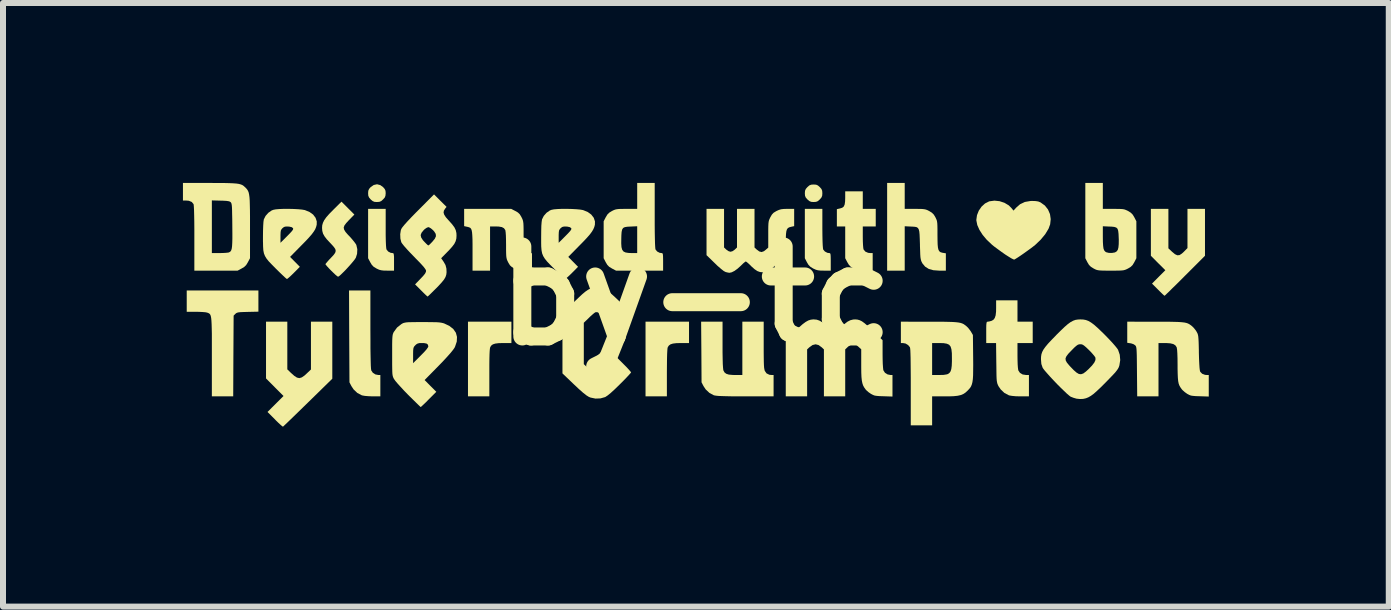
<source format=kicad_pcb>
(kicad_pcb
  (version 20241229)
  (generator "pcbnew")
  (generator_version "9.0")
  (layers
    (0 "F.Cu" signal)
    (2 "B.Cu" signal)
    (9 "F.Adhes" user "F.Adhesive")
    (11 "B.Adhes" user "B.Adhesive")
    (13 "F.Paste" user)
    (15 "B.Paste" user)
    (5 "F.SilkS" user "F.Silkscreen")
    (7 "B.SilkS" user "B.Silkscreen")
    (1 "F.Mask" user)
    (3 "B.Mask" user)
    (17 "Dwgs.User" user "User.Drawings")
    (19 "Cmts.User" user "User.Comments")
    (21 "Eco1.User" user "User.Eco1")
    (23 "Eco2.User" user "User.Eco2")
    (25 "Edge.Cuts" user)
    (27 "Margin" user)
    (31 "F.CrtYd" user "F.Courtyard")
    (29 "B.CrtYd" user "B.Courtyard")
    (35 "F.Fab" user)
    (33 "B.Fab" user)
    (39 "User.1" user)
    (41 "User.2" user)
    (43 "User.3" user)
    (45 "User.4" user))
  (footprint "by-tc"
    (layer "F.Cu")
    (at 8.551 1.881)
    (property "Reference" "by-tc" (at 0 0 0) (layer "F.SilkS") (effects (font (size 1.5 1.5) (thickness 0.3))))
    (attr board_only exclude_from_pos_files exclude_from_bom)
    (fp_poly (pts (xy -5.261 -1.845) (xy -5.215 -1.812) (xy -5.187 -1.78) (xy -5.174 -1.75) (xy -5.171 -1.709) (xy -5.175 -1.668) (xy -5.187 -1.637) (xy -5.215 -1.606) (xy -5.247 -1.578) (xy -5.277 -1.566) (xy -5.318 -1.563) (xy -5.359 -1.566) (xy -5.389 -1.579) (xy -5.421 -1.606) (xy -5.448 -1.638) (xy -5.461 -1.668) (xy -5.464 -1.709) (xy -5.461 -1.75) (xy -5.448 -1.781) (xy -5.421 -1.812) (xy -5.37 -1.847) (xy -5.315 -1.859)) (stroke (width 0) (type solid)) (fill yes) (layer "F.SilkS"))
    (fp_poly (pts (xy -3.075 0.61) (xy -3.075 0.788) (xy -3.209 0.788) (xy -3.287 0.79) (xy -3.344 0.797) (xy -3.384 0.81) (xy -3.411 0.83) (xy -3.428 0.857) (xy -3.433 0.878) (xy -3.437 0.917) (xy -3.44 0.975) (xy -3.442 1.055) (xy -3.443 1.157) (xy -3.443 1.283) (xy -3.443 1.284) (xy -3.443 1.677) (xy -3.621 1.677) (xy -3.799 1.677) (xy -3.799 1.055) (xy -3.799 0.432) (xy -3.437 0.432) (xy -3.075 0.432)) (stroke (width 0) (type solid)) (fill yes) (layer "F.SilkS"))
    (fp_poly (pts (xy -0.114 0.61) (xy -0.114 0.788) (xy -0.248 0.788) (xy -0.326 0.79) (xy -0.383 0.797) (xy -0.423 0.81) (xy -0.45 0.83) (xy -0.468 0.857) (xy -0.473 0.878) (xy -0.476 0.917) (xy -0.479 0.975) (xy -0.481 1.055) (xy -0.482 1.157) (xy -0.483 1.283) (xy -0.483 1.284) (xy -0.483 1.677) (xy -0.661 1.677) (xy -0.839 1.677) (xy -0.839 1.055) (xy -0.839 0.432) (xy -0.476 0.432) (xy -0.114 0.432)) (stroke (width 0) (type solid)) (fill yes) (layer "F.SilkS"))
    (fp_poly (pts (xy 2.005 -1.852) (xy 2.035 -1.839) (xy 2.066 -1.812) (xy 2.094 -1.78) (xy 2.106 -1.75) (xy 2.109 -1.709) (xy 2.106 -1.668) (xy 2.093 -1.637) (xy 2.066 -1.606) (xy 2.034 -1.578) (xy 2.004 -1.566) (xy 1.963 -1.563) (xy 1.922 -1.566) (xy 1.892 -1.579) (xy 1.86 -1.606) (xy 1.832 -1.638) (xy 1.82 -1.668) (xy 1.817 -1.709) (xy 1.82 -1.75) (xy 1.833 -1.781) (xy 1.86 -1.812) (xy 1.892 -1.84) (xy 1.923 -1.852) (xy 1.963 -1.855)) (stroke (width 0) (type solid)) (fill yes) (layer "F.SilkS"))
    (fp_poly (pts (xy -5.426 0.557) (xy -5.425 0.727) (xy -5.425 0.872) (xy -5.423 0.993) (xy -5.421 1.09) (xy -5.419 1.163) (xy -5.416 1.213) (xy -5.412 1.241) (xy -5.412 1.244) (xy -5.385 1.284) (xy -5.343 1.311) (xy -5.293 1.321) (xy -5.26 1.321) (xy -5.26 1.499) (xy -5.26 1.677) (xy -5.391 1.677) (xy -5.46 1.674) (xy -5.52 1.669) (xy -5.563 1.661) (xy -5.57 1.659) (xy -5.644 1.62) (xy -5.706 1.561) (xy -5.743 1.505) (xy -5.775 1.443) (xy -5.779 0.677) (xy -5.782 -0.089) (xy -5.604 -0.089) (xy -5.426 -0.089)) (stroke (width 0) (type solid)) (fill yes) (layer "F.SilkS"))
    (fp_poly (pts (xy -5.171 -1.125) (xy -5.171 -1.009) (xy -5.169 -0.914) (xy -5.166 -0.842) (xy -5.162 -0.794) (xy -5.157 -0.771) (xy -5.13 -0.738) (xy -5.088 -0.716) (xy -5.057 -0.712) (xy -5.046 -0.71) (xy -5.039 -0.702) (xy -5.035 -0.684) (xy -5.032 -0.65) (xy -5.032 -0.598) (xy -5.032 -0.565) (xy -5.032 -0.419) (xy -5.145 -0.419) (xy -5.203 -0.42) (xy -5.245 -0.425) (xy -5.28 -0.434) (xy -5.315 -0.45) (xy -5.325 -0.455) (xy -5.371 -0.483) (xy -5.402 -0.515) (xy -5.428 -0.558) (xy -5.464 -0.626) (xy -5.464 -1.037) (xy -5.464 -1.449) (xy -5.318 -1.449) (xy -5.171 -1.449)) (stroke (width 0) (type solid)) (fill yes) (layer "F.SilkS"))
    (fp_poly (pts (xy 2.109 -1.125) (xy 2.11 -1.009) (xy 2.112 -0.914) (xy 2.115 -0.842) (xy 2.119 -0.794) (xy 2.123 -0.771) (xy 2.151 -0.738) (xy 2.193 -0.716) (xy 2.224 -0.712) (xy 2.235 -0.71) (xy 2.242 -0.702) (xy 2.246 -0.684) (xy 2.248 -0.65) (xy 2.249 -0.598) (xy 2.249 -0.565) (xy 2.249 -0.419) (xy 2.136 -0.419) (xy 2.078 -0.42) (xy 2.035 -0.425) (xy 2.001 -0.434) (xy 1.966 -0.45) (xy 1.955 -0.455) (xy 1.91 -0.483) (xy 1.878 -0.515) (xy 1.852 -0.558) (xy 1.817 -0.626) (xy 1.817 -1.037) (xy 1.817 -1.449) (xy 1.963 -1.449) (xy 2.109 -1.449)) (stroke (width 0) (type solid)) (fill yes) (layer "F.SilkS"))
    (fp_poly (pts (xy 7.878 -1.12) (xy 7.878 -0.791) (xy 7.941 -0.732) (xy 7.988 -0.693) (xy 8.027 -0.675) (xy 8.063 -0.678) (xy 8.102 -0.703) (xy 8.136 -0.734) (xy 8.196 -0.795) (xy 8.196 -1.122) (xy 8.196 -1.449) (xy 8.342 -1.449) (xy 8.488 -1.449) (xy 8.488 -1.058) (xy 8.488 -0.667) (xy 8.154 -0.333) (xy 8.079 -0.258) (xy 8.009 -0.188) (xy 7.946 -0.127) (xy 7.894 -0.075) (xy 7.853 -0.036) (xy 7.826 -0.01) (xy 7.814 -0.000046) (xy 7.814 0) (xy 7.803 -0.008) (xy 7.778 -0.031) (xy 7.743 -0.065) (xy 7.706 -0.102) (xy 7.605 -0.203) (xy 7.716 -0.315) (xy 7.827 -0.426) (xy 7.706 -0.546) (xy 7.586 -0.667) (xy 7.586 -1.058) (xy 7.586 -1.449) (xy 7.732 -1.449) (xy 7.878 -1.449)) (stroke (width 0) (type solid)) (fill yes) (layer "F.SilkS"))
    (fp_poly (pts (xy -7.293 0.088) (xy -7.293 0.265) (xy -7.471 0.269) (xy -7.542 0.271) (xy -7.592 0.273) (xy -7.627 0.277) (xy -7.649 0.283) (xy -7.665 0.291) (xy -7.677 0.302) (xy -7.706 0.331) (xy -7.71 1.004) (xy -7.713 1.677) (xy -7.891 1.677) (xy -8.069 1.677) (xy -8.069 1.022) (xy -8.069 0.87) (xy -8.069 0.74) (xy -8.069 0.633) (xy -8.071 0.544) (xy -8.073 0.473) (xy -8.076 0.417) (xy -8.08 0.374) (xy -8.086 0.342) (xy -8.093 0.32) (xy -8.103 0.305) (xy -8.114 0.295) (xy -8.128 0.288) (xy -8.144 0.282) (xy -8.146 0.281) (xy -8.175 0.275) (xy -8.222 0.271) (xy -8.281 0.268) (xy -8.337 0.267) (xy -8.488 0.267) (xy -8.488 0.089) (xy -8.488 -0.089) (xy -7.891 -0.089) (xy -7.293 -0.089)) (stroke (width 0) (type solid)) (fill yes) (layer "F.SilkS"))
    (fp_poly (pts (xy -6.811 0.83) (xy -6.811 1.227) (xy -6.75 1.286) (xy -6.695 1.335) (xy -6.65 1.364) (xy -6.61 1.373) (xy -6.57 1.361) (xy -6.526 1.331) (xy -6.492 1.3) (xy -6.417 1.229) (xy -6.417 0.83) (xy -6.417 0.432) (xy -6.239 0.432) (xy -6.061 0.432) (xy -6.061 0.907) (xy -6.061 1.383) (xy -6.468 1.781) (xy -6.552 1.863) (xy -6.631 1.94) (xy -6.703 2.01) (xy -6.765 2.07) (xy -6.816 2.119) (xy -6.854 2.155) (xy -6.877 2.177) (xy -6.884 2.182) (xy -6.896 2.175) (xy -6.922 2.153) (xy -6.959 2.119) (xy -7.003 2.076) (xy -7.017 2.061) (xy -7.141 1.937) (xy -7.008 1.804) (xy -6.874 1.671) (xy -7.02 1.525) (xy -7.166 1.378) (xy -7.166 0.905) (xy -7.166 0.432) (xy -6.988 0.432) (xy -6.811 0.432)) (stroke (width 0) (type solid)) (fill yes) (layer "F.SilkS"))
    (fp_poly (pts (xy 2.783 -1.595) (xy 2.783 -1.449) (xy 2.891 -1.449) (xy 2.999 -1.449) (xy 2.999 -1.302) (xy 2.999 -1.156) (xy 2.891 -1.156) (xy 2.783 -1.156) (xy 2.783 -0.979) (xy 2.784 -0.906) (xy 2.787 -0.844) (xy 2.791 -0.798) (xy 2.796 -0.771) (xy 2.797 -0.771) (xy 2.826 -0.736) (xy 2.872 -0.716) (xy 2.91 -0.712) (xy 2.948 -0.712) (xy 2.948 -0.565) (xy 2.948 -0.419) (xy 2.822 -0.419) (xy 2.761 -0.42) (xy 2.718 -0.423) (xy 2.685 -0.43) (xy 2.653 -0.442) (xy 2.629 -0.455) (xy 2.583 -0.483) (xy 2.552 -0.515) (xy 2.526 -0.558) (xy 2.49 -0.626) (xy 2.49 -0.891) (xy 2.49 -1.156) (xy 2.421 -1.156) (xy 2.351 -1.156) (xy 2.351 -1.3) (xy 2.351 -1.444) (xy 2.404 -1.456) (xy 2.441 -1.468) (xy 2.466 -1.488) (xy 2.481 -1.522) (xy 2.488 -1.572) (xy 2.49 -1.636) (xy 2.49 -1.741) (xy 2.637 -1.741) (xy 2.783 -1.741)) (stroke (width 0) (type solid)) (fill yes) (layer "F.SilkS"))
    (fp_poly (pts (xy 0.445 0.818) (xy 0.445 0.946) (xy 0.447 1.052) (xy 0.449 1.137) (xy 0.453 1.198) (xy 0.457 1.235) (xy 0.459 1.244) (xy 0.477 1.277) (xy 0.506 1.3) (xy 0.549 1.314) (xy 0.612 1.32) (xy 0.66 1.321) (xy 0.775 1.321) (xy 0.775 0.877) (xy 0.775 0.432) (xy 0.953 0.432) (xy 1.131 0.432) (xy 1.131 0.82) (xy 1.131 0.936) (xy 1.132 1.029) (xy 1.133 1.102) (xy 1.135 1.158) (xy 1.138 1.199) (xy 1.143 1.228) (xy 1.148 1.248) (xy 1.149 1.252) (xy 1.179 1.294) (xy 1.226 1.317) (xy 1.265 1.321) (xy 1.296 1.321) (xy 1.296 1.499) (xy 1.296 1.677) (xy 0.823 1.677) (xy 0.692 1.676) (xy 0.585 1.676) (xy 0.498 1.674) (xy 0.43 1.672) (xy 0.378 1.67) (xy 0.34 1.666) (xy 0.314 1.662) (xy 0.3 1.659) (xy 0.227 1.62) (xy 0.164 1.561) (xy 0.127 1.505) (xy 0.095 1.443) (xy 0.092 0.937) (xy 0.088 0.432) (xy 0.266 0.432) (xy 0.445 0.432)) (stroke (width 0) (type solid)) (fill yes) (layer "F.SilkS"))
    (fp_poly (pts (xy 5.063 -1.577) (xy 5.145 -1.55) (xy 5.217 -1.507) (xy 5.258 -1.466) (xy 5.296 -1.42) (xy 5.338 -1.467) (xy 5.405 -1.526) (xy 5.485 -1.564) (xy 5.578 -1.58) (xy 5.604 -1.581) (xy 5.663 -1.579) (xy 5.708 -1.572) (xy 5.745 -1.557) (xy 5.75 -1.554) (xy 5.819 -1.504) (xy 5.871 -1.438) (xy 5.904 -1.361) (xy 5.916 -1.278) (xy 5.907 -1.192) (xy 5.88 -1.118) (xy 5.825 -1.027) (xy 5.749 -0.935) (xy 5.66 -0.85) (xy 5.625 -0.822) (xy 5.579 -0.787) (xy 5.525 -0.748) (xy 5.468 -0.707) (xy 5.413 -0.669) (xy 5.365 -0.637) (xy 5.328 -0.614) (xy 5.308 -0.603) (xy 5.292 -0.608) (xy 5.26 -0.624) (xy 5.216 -0.651) (xy 5.164 -0.684) (xy 5.155 -0.69) (xy 5.094 -0.733) (xy 5.031 -0.779) (xy 4.974 -0.821) (xy 4.936 -0.852) (xy 4.852 -0.931) (xy 4.782 -1.014) (xy 4.728 -1.098) (xy 4.692 -1.179) (xy 4.677 -1.253) (xy 4.676 -1.265) (xy 4.687 -1.344) (xy 4.717 -1.419) (xy 4.763 -1.486) (xy 4.821 -1.539) (xy 4.888 -1.573) (xy 4.895 -1.575) (xy 4.978 -1.586)) (stroke (width 0) (type solid)) (fill yes) (layer "F.SilkS"))
    (fp_poly (pts (xy -5.801 -1.462) (xy -5.693 -1.354) (xy -5.782 -1.263) (xy -5.829 -1.212) (xy -5.859 -1.172) (xy -5.871 -1.137) (xy -5.864 -1.103) (xy -5.84 -1.063) (xy -5.797 -1.014) (xy -5.774 -0.991) (xy -5.733 -0.945) (xy -5.696 -0.9) (xy -5.67 -0.864) (xy -5.66 -0.846) (xy -5.644 -0.776) (xy -5.648 -0.7) (xy -5.668 -0.636) (xy -5.684 -0.61) (xy -5.713 -0.573) (xy -5.751 -0.528) (xy -5.794 -0.48) (xy -5.839 -0.431) (xy -5.883 -0.387) (xy -5.92 -0.351) (xy -5.949 -0.326) (xy -5.965 -0.318) (xy -5.979 -0.326) (xy -6.007 -0.349) (xy -6.043 -0.383) (xy -6.077 -0.416) (xy -6.117 -0.457) (xy -6.149 -0.492) (xy -6.17 -0.517) (xy -6.175 -0.527) (xy -6.167 -0.54) (xy -6.144 -0.567) (xy -6.112 -0.603) (xy -6.085 -0.631) (xy -6.041 -0.678) (xy -6.014 -0.715) (xy -6.004 -0.747) (xy -6.011 -0.779) (xy -6.037 -0.816) (xy -6.08 -0.864) (xy -6.098 -0.883) (xy -6.154 -0.943) (xy -6.192 -0.993) (xy -6.216 -1.037) (xy -6.228 -1.082) (xy -6.232 -1.131) (xy -6.229 -1.175) (xy -6.217 -1.217) (xy -6.196 -1.26) (xy -6.162 -1.308) (xy -6.113 -1.364) (xy -6.046 -1.432) (xy -6.036 -1.442) (xy -5.908 -1.569)) (stroke (width 0) (type solid)) (fill yes) (layer "F.SilkS"))
    (fp_poly (pts (xy 5.362 0.254) (xy 5.362 0.432) (xy 5.489 0.432) (xy 5.616 0.432) (xy 5.616 0.61) (xy 5.616 0.788) (xy 5.489 0.788) (xy 5.362 0.788) (xy 5.362 0.996) (xy 5.363 1.074) (xy 5.365 1.143) (xy 5.369 1.198) (xy 5.374 1.235) (xy 5.376 1.244) (xy 5.403 1.285) (xy 5.448 1.312) (xy 5.506 1.321) (xy 5.508 1.321) (xy 5.553 1.321) (xy 5.553 1.499) (xy 5.553 1.677) (xy 5.41 1.677) (xy 5.333 1.675) (xy 5.269 1.669) (xy 5.224 1.661) (xy 5.218 1.659) (xy 5.144 1.62) (xy 5.082 1.561) (xy 5.044 1.505) (xy 5.035 1.485) (xy 5.027 1.466) (xy 5.022 1.445) (xy 5.017 1.418) (xy 5.014 1.381) (xy 5.012 1.331) (xy 5.011 1.264) (xy 5.01 1.178) (xy 5.009 1.115) (xy 5.005 0.788) (xy 4.923 0.788) (xy 4.841 0.788) (xy 4.841 0.61) (xy 4.841 0.539) (xy 4.842 0.49) (xy 4.845 0.459) (xy 4.849 0.441) (xy 4.855 0.434) (xy 4.865 0.432) (xy 4.893 0.428) (xy 4.928 0.418) (xy 4.93 0.418) (xy 4.961 0.4) (xy 4.983 0.371) (xy 4.998 0.326) (xy 5.005 0.263) (xy 5.006 0.197) (xy 5.006 0.076) (xy 5.184 0.076) (xy 5.362 0.076)) (stroke (width 0) (type solid)) (fill yes) (layer "F.SilkS"))
    (fp_poly (pts (xy 3.482 -1.665) (xy 3.482 -1.449) (xy 3.652 -1.449) (xy 3.721 -1.448) (xy 3.772 -1.447) (xy 3.808 -1.443) (xy 3.836 -1.437) (xy 3.862 -1.427) (xy 3.889 -1.413) (xy 3.935 -1.385) (xy 3.967 -1.353) (xy 3.993 -1.31) (xy 4.005 -1.285) (xy 4.015 -1.262) (xy 4.021 -1.238) (xy 4.025 -1.207) (xy 4.027 -1.165) (xy 4.028 -1.107) (xy 4.028 -1.028) (xy 4.028 -1.021) (xy 4.029 -0.927) (xy 4.031 -0.855) (xy 4.036 -0.803) (xy 4.045 -0.766) (xy 4.059 -0.742) (xy 4.078 -0.727) (xy 4.104 -0.719) (xy 4.117 -0.716) (xy 4.168 -0.708) (xy 4.168 -0.564) (xy 4.168 -0.419) (xy 4.056 -0.419) (xy 3.959 -0.426) (xy 3.882 -0.448) (xy 3.822 -0.486) (xy 3.777 -0.54) (xy 3.774 -0.546) (xy 3.763 -0.567) (xy 3.755 -0.588) (xy 3.749 -0.613) (xy 3.744 -0.645) (xy 3.741 -0.69) (xy 3.739 -0.751) (xy 3.736 -0.832) (xy 3.736 -0.854) (xy 3.733 -0.948) (xy 3.73 -1.019) (xy 3.725 -1.071) (xy 3.716 -1.107) (xy 3.702 -1.13) (xy 3.681 -1.144) (xy 3.651 -1.15) (xy 3.611 -1.153) (xy 3.583 -1.154) (xy 3.482 -1.159) (xy 3.482 -0.789) (xy 3.482 -0.419) (xy 3.335 -0.419) (xy 3.189 -0.419) (xy 3.189 -1.15) (xy 3.189 -1.881) (xy 3.335 -1.881) (xy 3.482 -1.881)) (stroke (width 0) (type solid)) (fill yes) (layer "F.SilkS"))
    (fp_poly (pts (xy -0.686 -1.341) (xy -0.686 -1.188) (xy -0.685 -1.059) (xy -0.683 -0.955) (xy -0.681 -0.874) (xy -0.678 -0.816) (xy -0.675 -0.782) (xy -0.672 -0.771) (xy -0.645 -0.738) (xy -0.603 -0.716) (xy -0.571 -0.712) (xy -0.561 -0.71) (xy -0.553 -0.702) (xy -0.549 -0.684) (xy -0.547 -0.65) (xy -0.546 -0.598) (xy -0.546 -0.565) (xy -0.546 -0.419) (xy -0.939 -0.419) (xy -1.331 -0.419) (xy -1.399 -0.455) (xy -1.445 -0.483) (xy -1.476 -0.515) (xy -1.502 -0.558) (xy -1.537 -0.626) (xy -1.537 -0.873) (xy -1.244 -0.873) (xy -1.24 -0.811) (xy -1.228 -0.767) (xy -1.206 -0.738) (xy -1.172 -0.722) (xy -1.123 -0.714) (xy -1.071 -0.712) (xy -0.978 -0.712) (xy -0.978 -0.935) (xy -0.978 -1.159) (xy -1.086 -1.154) (xy -1.144 -1.151) (xy -1.185 -1.144) (xy -1.213 -1.13) (xy -1.229 -1.104) (xy -1.238 -1.063) (xy -1.242 -1.002) (xy -1.243 -0.958) (xy -1.244 -0.873) (xy -1.537 -0.873) (xy -1.537 -0.934) (xy -1.537 -1.242) (xy -1.502 -1.31) (xy -1.474 -1.356) (xy -1.442 -1.387) (xy -1.399 -1.413) (xy -1.371 -1.427) (xy -1.345 -1.437) (xy -1.317 -1.443) (xy -1.281 -1.447) (xy -1.231 -1.448) (xy -1.162 -1.449) (xy -1.155 -1.449) (xy -0.978 -1.449) (xy -0.978 -1.665) (xy -0.978 -1.881) (xy -0.832 -1.881) (xy -0.686 -1.881)) (stroke (width 0) (type solid)) (fill yes) (layer "F.SilkS"))
    (fp_poly (pts (xy -3.011 -1.414) (xy -2.966 -1.388) (xy -2.936 -1.359) (xy -2.911 -1.318) (xy -2.907 -1.31) (xy -2.894 -1.284) (xy -2.885 -1.261) (xy -2.879 -1.235) (xy -2.875 -1.204) (xy -2.873 -1.161) (xy -2.872 -1.102) (xy -2.872 -1.022) (xy -2.872 -1.02) (xy -2.871 -0.926) (xy -2.869 -0.855) (xy -2.863 -0.802) (xy -2.854 -0.766) (xy -2.84 -0.742) (xy -2.821 -0.727) (xy -2.795 -0.719) (xy -2.782 -0.716) (xy -2.732 -0.708) (xy -2.732 -0.564) (xy -2.732 -0.419) (xy -2.844 -0.419) (xy -2.903 -0.42) (xy -2.946 -0.425) (xy -2.981 -0.435) (xy -3.019 -0.451) (xy -3.025 -0.454) (xy -3.069 -0.48) (xy -3.099 -0.508) (xy -3.125 -0.55) (xy -3.129 -0.558) (xy -3.142 -0.584) (xy -3.151 -0.607) (xy -3.157 -0.633) (xy -3.161 -0.664) (xy -3.163 -0.708) (xy -3.164 -0.767) (xy -3.164 -0.847) (xy -3.165 -0.933) (xy -3.167 -1.005) (xy -3.171 -1.059) (xy -3.176 -1.092) (xy -3.178 -1.097) (xy -3.199 -1.126) (xy -3.234 -1.145) (xy -3.286 -1.154) (xy -3.342 -1.156) (xy -3.431 -1.156) (xy -3.431 -0.788) (xy -3.431 -0.419) (xy -3.577 -0.419) (xy -3.723 -0.419) (xy -3.723 -0.746) (xy -3.723 -0.855) (xy -3.724 -0.942) (xy -3.727 -1.008) (xy -3.731 -1.057) (xy -3.738 -1.093) (xy -3.747 -1.116) (xy -3.761 -1.132) (xy -3.779 -1.141) (xy -3.802 -1.148) (xy -3.809 -1.149) (xy -3.863 -1.161) (xy -3.863 -1.305) (xy -3.863 -1.449) (xy -3.471 -1.449) (xy -3.079 -1.449)) (stroke (width 0) (type solid)) (fill yes) (layer "F.SilkS"))
    (fp_poly (pts (xy 6.785 -1.665) (xy 6.785 -1.449) (xy 6.962 -1.449) (xy 7.033 -1.448) (xy 7.084 -1.447) (xy 7.121 -1.444) (xy 7.15 -1.438) (xy 7.175 -1.428) (xy 7.203 -1.415) (xy 7.206 -1.413) (xy 7.251 -1.385) (xy 7.283 -1.353) (xy 7.309 -1.31) (xy 7.344 -1.242) (xy 7.344 -0.934) (xy 7.344 -0.626) (xy 7.309 -0.558) (xy 7.281 -0.512) (xy 7.249 -0.481) (xy 7.206 -0.455) (xy 7.18 -0.442) (xy 7.158 -0.433) (xy 7.133 -0.426) (xy 7.102 -0.422) (xy 7.06 -0.42) (xy 7.001 -0.419) (xy 6.922 -0.419) (xy 6.919 -0.419) (xy 6.839 -0.419) (xy 6.78 -0.42) (xy 6.737 -0.422) (xy 6.705 -0.426) (xy 6.68 -0.432) (xy 6.658 -0.441) (xy 6.633 -0.454) (xy 6.631 -0.455) (xy 6.586 -0.483) (xy 6.554 -0.515) (xy 6.528 -0.558) (xy 6.493 -0.626) (xy 6.493 -1.159) (xy 6.785 -1.159) (xy 6.785 -0.98) (xy 6.786 -0.896) (xy 6.79 -0.833) (xy 6.796 -0.788) (xy 6.807 -0.758) (xy 6.823 -0.738) (xy 6.841 -0.726) (xy 6.884 -0.715) (xy 6.937 -0.714) (xy 6.984 -0.722) (xy 6.993 -0.726) (xy 7.018 -0.742) (xy 7.035 -0.768) (xy 7.045 -0.806) (xy 7.05 -0.861) (xy 7.051 -0.936) (xy 7.05 -0.958) (xy 7.047 -1.031) (xy 7.041 -1.083) (xy 7.03 -1.117) (xy 7.009 -1.137) (xy 6.976 -1.148) (xy 6.928 -1.153) (xy 6.893 -1.154) (xy 6.785 -1.159) (xy 6.493 -1.159) (xy 6.493 -1.253) (xy 6.493 -1.881) (xy 6.639 -1.881) (xy 6.785 -1.881)) (stroke (width 0) (type solid)) (fill yes) (layer "F.SilkS"))
    (fp_poly (pts (xy -1.639 -0.137) (xy -1.586 -0.131) (xy -1.535 -0.119) (xy -1.506 -0.108) (xy -1.481 -0.092) (xy -1.442 -0.06) (xy -1.392 -0.017) (xy -1.334 0.036) (xy -1.273 0.095) (xy -1.261 0.107) (xy -1.067 0.298) (xy -1.194 0.425) (xy -1.321 0.552) (xy -1.452 0.423) (xy -1.516 0.361) (xy -1.566 0.317) (xy -1.606 0.289) (xy -1.638 0.275) (xy -1.664 0.273) (xy -1.674 0.275) (xy -1.693 0.287) (xy -1.724 0.313) (xy -1.762 0.347) (xy -1.782 0.367) (xy -1.868 0.45) (xy -1.868 0.795) (xy -1.868 1.14) (xy -1.795 1.209) (xy -1.743 1.256) (xy -1.704 1.286) (xy -1.672 1.302) (xy -1.644 1.305) (xy -1.629 1.303) (xy -1.608 1.291) (xy -1.574 1.264) (xy -1.53 1.227) (xy -1.481 1.181) (xy -1.458 1.159) (xy -1.321 1.024) (xy -1.201 1.144) (xy -1.156 1.189) (xy -1.119 1.229) (xy -1.093 1.259) (xy -1.08 1.276) (xy -1.08 1.277) (xy -1.089 1.29) (xy -1.113 1.317) (xy -1.15 1.357) (xy -1.197 1.406) (xy -1.252 1.461) (xy -1.268 1.477) (xy -1.351 1.558) (xy -1.419 1.62) (xy -1.472 1.663) (xy -1.51 1.688) (xy -1.512 1.689) (xy -1.59 1.711) (xy -1.674 1.714) (xy -1.756 1.697) (xy -1.785 1.685) (xy -1.825 1.66) (xy -1.881 1.616) (xy -1.952 1.553) (xy -2.036 1.474) (xy -2.224 1.294) (xy -2.224 0.795) (xy -2.224 0.297) (xy -2.04 0.113) (xy -1.96 0.036) (xy -1.895 -0.025) (xy -1.841 -0.07) (xy -1.794 -0.102) (xy -1.753 -0.123) (xy -1.712 -0.134) (xy -1.671 -0.138)) (stroke (width 0) (type solid)) (fill yes) (layer "F.SilkS"))
    (fp_poly (pts (xy -6.707 -1.447) (xy -6.631 -1.443) (xy -6.567 -1.437) (xy -6.52 -1.429) (xy -6.517 -1.428) (xy -6.441 -1.397) (xy -6.381 -1.354) (xy -6.34 -1.3) (xy -6.32 -1.24) (xy -6.321 -1.185) (xy -6.331 -1.147) (xy -6.346 -1.109) (xy -6.37 -1.07) (xy -6.404 -1.024) (xy -6.451 -0.97) (xy -6.513 -0.904) (xy -6.574 -0.842) (xy -6.765 -0.648) (xy -6.683 -0.565) (xy -6.602 -0.483) (xy -6.703 -0.381) (xy -6.744 -0.341) (xy -6.78 -0.308) (xy -6.806 -0.286) (xy -6.817 -0.28) (xy -6.83 -0.288) (xy -6.857 -0.312) (xy -6.896 -0.349) (xy -6.944 -0.395) (xy -6.998 -0.448) (xy -6.998 -0.448) (xy -7.065 -0.516) (xy -7.118 -0.571) (xy -7.156 -0.618) (xy -7.183 -0.662) (xy -7.201 -0.707) (xy -7.211 -0.759) (xy -7.215 -0.822) (xy -7.216 -0.883) (xy -6.925 -0.883) (xy -6.814 -0.994) (xy -6.767 -1.042) (xy -6.736 -1.076) (xy -6.719 -1.099) (xy -6.713 -1.115) (xy -6.716 -1.127) (xy -6.717 -1.128) (xy -6.738 -1.144) (xy -6.78 -1.153) (xy -6.796 -1.154) (xy -6.838 -1.154) (xy -6.866 -1.147) (xy -6.889 -1.129) (xy -6.893 -1.126) (xy -6.909 -1.107) (xy -6.919 -1.087) (xy -6.923 -1.058) (xy -6.925 -1.014) (xy -6.925 -0.989) (xy -6.925 -0.883) (xy -7.216 -0.883) (xy -7.217 -0.902) (xy -7.217 -0.977) (xy -7.216 -1.082) (xy -7.213 -1.167) (xy -7.209 -1.231) (xy -7.203 -1.271) (xy -7.202 -1.275) (xy -7.173 -1.332) (xy -7.127 -1.384) (xy -7.072 -1.422) (xy -7.044 -1.433) (xy -7.003 -1.441) (xy -6.942 -1.446) (xy -6.869 -1.449) (xy -6.788 -1.449)) (stroke (width 0) (type solid)) (fill yes) (layer "F.SilkS"))
    (fp_poly (pts (xy -2.069 -1.447) (xy -1.993 -1.443) (xy -1.929 -1.437) (xy -1.882 -1.429) (xy -1.879 -1.428) (xy -1.803 -1.397) (xy -1.744 -1.354) (xy -1.702 -1.3) (xy -1.682 -1.24) (xy -1.683 -1.185) (xy -1.693 -1.147) (xy -1.709 -1.109) (xy -1.732 -1.07) (xy -1.766 -1.024) (xy -1.813 -0.97) (xy -1.875 -0.904) (xy -1.936 -0.842) (xy -2.127 -0.648) (xy -2.045 -0.565) (xy -1.964 -0.483) (xy -2.065 -0.381) (xy -2.106 -0.341) (xy -2.142 -0.308) (xy -2.168 -0.286) (xy -2.179 -0.28) (xy -2.192 -0.288) (xy -2.219 -0.312) (xy -2.258 -0.349) (xy -2.306 -0.395) (xy -2.36 -0.448) (xy -2.36 -0.448) (xy -2.428 -0.516) (xy -2.48 -0.571) (xy -2.518 -0.618) (xy -2.545 -0.662) (xy -2.563 -0.707) (xy -2.573 -0.759) (xy -2.578 -0.822) (xy -2.579 -0.883) (xy -2.287 -0.883) (xy -2.176 -0.994) (xy -2.129 -1.042) (xy -2.098 -1.076) (xy -2.081 -1.099) (xy -2.075 -1.115) (xy -2.078 -1.127) (xy -2.079 -1.128) (xy -2.101 -1.144) (xy -2.143 -1.153) (xy -2.158 -1.154) (xy -2.2 -1.154) (xy -2.228 -1.147) (xy -2.252 -1.129) (xy -2.255 -1.126) (xy -2.271 -1.107) (xy -2.281 -1.087) (xy -2.285 -1.058) (xy -2.287 -1.014) (xy -2.287 -0.989) (xy -2.287 -0.883) (xy -2.579 -0.883) (xy -2.579 -0.902) (xy -2.579 -0.977) (xy -2.578 -1.082) (xy -2.576 -1.167) (xy -2.571 -1.231) (xy -2.565 -1.271) (xy -2.564 -1.275) (xy -2.535 -1.332) (xy -2.489 -1.384) (xy -2.434 -1.422) (xy -2.406 -1.433) (xy -2.365 -1.441) (xy -2.304 -1.446) (xy -2.231 -1.449) (xy -2.15 -1.449)) (stroke (width 0) (type solid)) (fill yes) (layer "F.SilkS"))
    (fp_poly (pts (xy 3.891 0.433) (xy 4.021 0.433) (xy 4.128 0.433) (xy 4.214 0.435) (xy 4.284 0.437) (xy 4.339 0.441) (xy 4.381 0.446) (xy 4.415 0.453) (xy 4.442 0.462) (xy 4.465 0.473) (xy 4.486 0.488) (xy 4.504 0.501) (xy 4.537 0.532) (xy 4.57 0.574) (xy 4.584 0.594) (xy 4.619 0.654) (xy 4.623 1.027) (xy 4.624 1.148) (xy 4.623 1.247) (xy 4.622 1.326) (xy 4.618 1.389) (xy 4.611 1.439) (xy 4.601 1.478) (xy 4.588 1.51) (xy 4.571 1.537) (xy 4.548 1.563) (xy 4.53 1.582) (xy 4.495 1.614) (xy 4.458 1.638) (xy 4.417 1.655) (xy 4.365 1.667) (xy 4.3 1.674) (xy 4.216 1.677) (xy 4.146 1.677) (xy 3.939 1.677) (xy 3.939 1.919) (xy 3.939 2.16) (xy 3.761 2.16) (xy 3.583 2.16) (xy 3.583 1.525) (xy 3.583 1.368) (xy 3.582 1.235) (xy 3.581 1.124) (xy 3.58 1.035) (xy 3.578 0.965) (xy 3.576 0.914) (xy 3.573 0.879) (xy 3.569 0.86) (xy 3.568 0.857) (xy 3.539 0.822) (xy 3.496 0.796) (xy 3.45 0.788) (xy 3.939 0.788) (xy 3.939 1.055) (xy 3.939 1.321) (xy 4.054 1.321) (xy 4.132 1.319) (xy 4.186 1.31) (xy 4.205 1.303) (xy 4.229 1.285) (xy 4.247 1.259) (xy 4.259 1.221) (xy 4.266 1.167) (xy 4.269 1.093) (xy 4.269 1.046) (xy 4.268 0.958) (xy 4.261 0.893) (xy 4.247 0.847) (xy 4.222 0.816) (xy 4.184 0.799) (xy 4.131 0.79) (xy 4.059 0.788) (xy 4.053 0.788) (xy 3.939 0.788) (xy 3.45 0.788) (xy 3.418 0.788) (xy 3.418 0.61) (xy 3.418 0.432)) (stroke (width 0) (type solid)) (fill yes) (layer "F.SilkS"))
    (fp_poly (pts (xy -7.976 -1.88) (xy -7.869 -1.88) (xy -7.783 -1.878) (xy -7.714 -1.875) (xy -7.66 -1.871) (xy -7.619 -1.865) (xy -7.586 -1.856) (xy -7.561 -1.846) (xy -7.54 -1.832) (xy -7.52 -1.814) (xy -7.509 -1.804) (xy -7.492 -1.786) (xy -7.477 -1.767) (xy -7.465 -1.746) (xy -7.455 -1.72) (xy -7.448 -1.687) (xy -7.442 -1.644) (xy -7.438 -1.589) (xy -7.436 -1.519) (xy -7.434 -1.432) (xy -7.433 -1.325) (xy -7.433 -1.196) (xy -7.433 -1.14) (xy -7.433 -0.626) (xy -7.469 -0.558) (xy -7.497 -0.512) (xy -7.529 -0.481) (xy -7.572 -0.455) (xy -7.639 -0.419) (xy -8 -0.419) (xy -8.361 -0.419) (xy -8.361 -0.959) (xy -8.361 -1.112) (xy -8.362 -1.241) (xy -8.364 -1.345) (xy -8.366 -1.426) (xy -8.369 -1.483) (xy -8.372 -1.518) (xy -8.375 -1.529) (xy -8.404 -1.564) (xy -8.453 -1.584) (xy -8.501 -1.588) (xy -8.551 -1.588) (xy -8.551 -1.59) (xy -8.069 -1.59) (xy -8.069 -1.151) (xy -8.069 -0.712) (xy -7.942 -0.712) (xy -7.885 -0.713) (xy -7.834 -0.716) (xy -7.797 -0.72) (xy -7.785 -0.723) (xy -7.769 -0.731) (xy -7.755 -0.743) (xy -7.745 -0.761) (xy -7.737 -0.789) (xy -7.732 -0.828) (xy -7.729 -0.881) (xy -7.727 -0.952) (xy -7.727 -1.042) (xy -7.728 -1.155) (xy -7.728 -1.173) (xy -7.729 -1.279) (xy -7.731 -1.363) (xy -7.732 -1.428) (xy -7.734 -1.476) (xy -7.737 -1.51) (xy -7.741 -1.532) (xy -7.746 -1.547) (xy -7.752 -1.557) (xy -7.754 -1.559) (xy -7.769 -1.57) (xy -7.792 -1.577) (xy -7.828 -1.582) (xy -7.882 -1.585) (xy -7.923 -1.586) (xy -8.069 -1.59) (xy -8.551 -1.59) (xy -8.551 -1.734) (xy -8.551 -1.881) (xy -8.105 -1.881)) (stroke (width 0) (type solid)) (fill yes) (layer "F.SilkS"))
    (fp_poly (pts (xy 7.659 0.433) (xy 7.787 0.433) (xy 7.893 0.433) (xy 7.979 0.435) (xy 8.048 0.437) (xy 8.102 0.441) (xy 8.145 0.446) (xy 8.178 0.453) (xy 8.204 0.462) (xy 8.227 0.474) (xy 8.249 0.489) (xy 8.265 0.501) (xy 8.298 0.532) (xy 8.332 0.574) (xy 8.345 0.594) (xy 8.356 0.614) (xy 8.365 0.632) (xy 8.371 0.653) (xy 8.376 0.679) (xy 8.379 0.715) (xy 8.382 0.765) (xy 8.384 0.831) (xy 8.386 0.918) (xy 8.386 0.947) (xy 8.389 1.054) (xy 8.393 1.138) (xy 8.397 1.2) (xy 8.402 1.242) (xy 8.408 1.265) (xy 8.409 1.268) (xy 8.441 1.3) (xy 8.488 1.318) (xy 8.52 1.321) (xy 8.551 1.321) (xy 8.551 1.501) (xy 8.551 1.68) (xy 8.402 1.675) (xy 8.336 1.673) (xy 8.289 1.669) (xy 8.255 1.664) (xy 8.228 1.654) (xy 8.201 1.64) (xy 8.193 1.636) (xy 8.151 1.606) (xy 8.113 1.572) (xy 8.099 1.556) (xy 8.078 1.526) (xy 8.061 1.496) (xy 8.049 1.463) (xy 8.041 1.422) (xy 8.036 1.369) (xy 8.033 1.302) (xy 8.031 1.215) (xy 8.031 1.154) (xy 8.03 1.043) (xy 8.027 0.958) (xy 8.023 0.898) (xy 8.017 0.863) (xy 8.015 0.857) (xy 7.994 0.826) (xy 7.96 0.805) (xy 7.91 0.793) (xy 7.84 0.788) (xy 7.821 0.788) (xy 7.713 0.788) (xy 7.713 1.233) (xy 7.713 1.677) (xy 7.535 1.677) (xy 7.358 1.677) (xy 7.354 1.265) (xy 7.353 1.151) (xy 7.352 1.061) (xy 7.351 0.99) (xy 7.349 0.936) (xy 7.347 0.897) (xy 7.344 0.87) (xy 7.34 0.851) (xy 7.335 0.839) (xy 7.328 0.83) (xy 7.324 0.825) (xy 7.294 0.806) (xy 7.254 0.793) (xy 7.244 0.792) (xy 7.192 0.784) (xy 7.192 0.608) (xy 7.192 0.432)) (stroke (width 0) (type solid)) (fill yes) (layer "F.SilkS"))
    (fp_poly (pts (xy 2.694 0.397) (xy 2.73 0.407) (xy 2.769 0.426) (xy 2.812 0.457) (xy 2.865 0.502) (xy 2.93 0.562) (xy 2.957 0.589) (xy 3.113 0.741) (xy 3.113 0.972) (xy 3.114 1.058) (xy 3.116 1.132) (xy 3.12 1.192) (xy 3.124 1.231) (xy 3.127 1.244) (xy 3.153 1.284) (xy 3.196 1.311) (xy 3.246 1.321) (xy 3.278 1.321) (xy 3.278 1.501) (xy 3.278 1.68) (xy 3.129 1.675) (xy 3.063 1.673) (xy 3.016 1.669) (xy 2.982 1.664) (xy 2.955 1.654) (xy 2.928 1.64) (xy 2.92 1.636) (xy 2.878 1.607) (xy 2.841 1.574) (xy 2.828 1.559) (xy 2.805 1.526) (xy 2.788 1.494) (xy 2.776 1.457) (xy 2.767 1.412) (xy 2.761 1.355) (xy 2.758 1.282) (xy 2.757 1.188) (xy 2.757 1.15) (xy 2.757 0.892) (xy 2.705 0.845) (xy 2.671 0.817) (xy 2.646 0.805) (xy 2.621 0.804) (xy 2.613 0.806) (xy 2.579 0.82) (xy 2.542 0.845) (xy 2.532 0.854) (xy 2.49 0.894) (xy 2.49 1.286) (xy 2.49 1.677) (xy 2.313 1.677) (xy 2.135 1.677) (xy 2.135 1.286) (xy 2.135 0.894) (xy 2.1 0.861) (xy 2.047 0.822) (xy 1.997 0.809) (xy 1.946 0.821) (xy 1.894 0.858) (xy 1.89 0.861) (xy 1.855 0.894) (xy 1.855 1.286) (xy 1.855 1.677) (xy 1.677 1.677) (xy 1.499 1.677) (xy 1.499 1.209) (xy 1.499 0.741) (xy 1.649 0.595) (xy 1.722 0.525) (xy 1.781 0.473) (xy 1.831 0.436) (xy 1.874 0.412) (xy 1.915 0.399) (xy 1.956 0.394) (xy 1.964 0.394) (xy 2.013 0.398) (xy 2.058 0.413) (xy 2.106 0.44) (xy 2.161 0.483) (xy 2.214 0.532) (xy 2.313 0.626) (xy 2.413 0.529) (xy 2.476 0.472) (xy 2.528 0.432) (xy 2.575 0.408) (xy 2.622 0.396) (xy 2.656 0.394)) (stroke (width 0) (type solid)) (fill yes) (layer "F.SilkS"))
    (fp_poly (pts (xy 0.47 -1.127) (xy 0.47 -0.805) (xy 0.507 -0.77) (xy 0.542 -0.745) (xy 0.576 -0.734) (xy 0.578 -0.734) (xy 0.611 -0.743) (xy 0.646 -0.767) (xy 0.649 -0.77) (xy 0.686 -0.805) (xy 0.686 -1.127) (xy 0.686 -1.449) (xy 0.832 -1.449) (xy 0.978 -1.449) (xy 0.978 -1.127) (xy 0.978 -0.805) (xy 1.013 -0.772) (xy 1.057 -0.739) (xy 1.096 -0.729) (xy 1.135 -0.743) (xy 1.161 -0.763) (xy 1.207 -0.803) (xy 1.207 -1.022) (xy 1.207 -1.102) (xy 1.208 -1.161) (xy 1.21 -1.204) (xy 1.214 -1.236) (xy 1.22 -1.261) (xy 1.23 -1.284) (xy 1.242 -1.31) (xy 1.268 -1.354) (xy 1.296 -1.384) (xy 1.337 -1.409) (xy 1.346 -1.414) (xy 1.384 -1.431) (xy 1.42 -1.442) (xy 1.461 -1.447) (xy 1.517 -1.449) (xy 1.527 -1.449) (xy 1.639 -1.449) (xy 1.639 -1.305) (xy 1.639 -1.161) (xy 1.585 -1.149) (xy 1.556 -1.141) (xy 1.534 -1.128) (xy 1.519 -1.108) (xy 1.509 -1.077) (xy 1.503 -1.031) (xy 1.5 -0.967) (xy 1.5 -0.881) (xy 1.5 -0.876) (xy 1.499 -0.678) (xy 1.369 -0.551) (xy 1.32 -0.503) (xy 1.275 -0.462) (xy 1.238 -0.429) (xy 1.213 -0.41) (xy 1.208 -0.407) (xy 1.177 -0.397) (xy 1.134 -0.392) (xy 1.117 -0.391) (xy 1.069 -0.396) (xy 1.025 -0.412) (xy 0.979 -0.443) (xy 0.925 -0.491) (xy 0.909 -0.508) (xy 0.876 -0.539) (xy 0.849 -0.562) (xy 0.833 -0.572) (xy 0.832 -0.572) (xy 0.818 -0.563) (xy 0.791 -0.541) (xy 0.757 -0.508) (xy 0.749 -0.5) (xy 0.697 -0.453) (xy 0.645 -0.415) (xy 0.597 -0.391) (xy 0.559 -0.383) (xy 0.559 -0.383) (xy 0.534 -0.387) (xy 0.5 -0.395) (xy 0.497 -0.396) (xy 0.466 -0.412) (xy 0.42 -0.448) (xy 0.359 -0.501) (xy 0.316 -0.543) (xy 0.178 -0.677) (xy 0.178 -1.063) (xy 0.178 -1.449) (xy 0.324 -1.449) (xy 0.47 -1.449)) (stroke (width 0) (type solid)) (fill yes) (layer "F.SilkS"))
    (fp_poly (pts (xy -4.458 0.439) (xy -4.381 0.44) (xy -4.323 0.441) (xy -4.279 0.444) (xy -4.245 0.449) (xy -4.217 0.455) (xy -4.197 0.461) (xy -4.11 0.502) (xy -4.044 0.554) (xy -4.001 0.616) (xy -3.982 0.686) (xy -3.986 0.764) (xy -4.014 0.847) (xy -4.024 0.868) (xy -4.048 0.902) (xy -4.089 0.953) (xy -4.147 1.018) (xy -4.22 1.097) (xy -4.291 1.17) (xy -4.522 1.405) (xy -4.425 1.503) (xy -4.327 1.601) (xy -4.454 1.728) (xy -4.499 1.774) (xy -4.539 1.812) (xy -4.569 1.84) (xy -4.585 1.854) (xy -4.587 1.855) (xy -4.597 1.847) (xy -4.623 1.822) (xy -4.661 1.785) (xy -4.71 1.737) (xy -4.766 1.682) (xy -4.799 1.649) (xy -4.865 1.581) (xy -4.923 1.518) (xy -4.973 1.463) (xy -5.01 1.419) (xy -5.031 1.389) (xy -5.034 1.385) (xy -5.043 1.367) (xy -5.05 1.349) (xy -5.055 1.329) (xy -5.059 1.302) (xy -5.061 1.265) (xy -5.062 1.215) (xy -5.063 1.148) (xy -5.063 1.124) (xy -4.714 1.124) (xy -4.587 0.997) (xy -4.532 0.941) (xy -4.491 0.895) (xy -4.467 0.861) (xy -4.46 0.845) (xy -4.467 0.815) (xy -4.489 0.797) (xy -4.53 0.789) (xy -4.565 0.788) (xy -4.61 0.789) (xy -4.64 0.797) (xy -4.664 0.812) (xy -4.677 0.825) (xy -4.694 0.843) (xy -4.704 0.86) (xy -4.71 0.882) (xy -4.713 0.916) (xy -4.714 0.966) (xy -4.714 0.993) (xy -4.714 1.124) (xy -5.063 1.124) (xy -5.063 1.062) (xy -5.063 0.991) (xy -5.063 0.889) (xy -5.063 0.81) (xy -5.062 0.749) (xy -5.06 0.704) (xy -5.057 0.67) (xy -5.053 0.646) (xy -5.047 0.628) (xy -5.04 0.611) (xy -5.036 0.604) (xy -4.982 0.53) (xy -4.909 0.472) (xy -4.892 0.462) (xy -4.875 0.454) (xy -4.855 0.449) (xy -4.829 0.444) (xy -4.792 0.441) (xy -4.741 0.44) (xy -4.673 0.439) (xy -4.584 0.438) (xy -4.555 0.438)) (stroke (width 0) (type solid)) (fill yes) (layer "F.SilkS"))
    (fp_poly (pts (xy -4.261 -1.586) (xy -4.156 -1.482) (xy -4.181 -1.451) (xy -4.201 -1.418) (xy -4.206 -1.386) (xy -4.195 -1.351) (xy -4.167 -1.308) (xy -4.119 -1.254) (xy -4.116 -1.251) (xy -4.062 -1.19) (xy -4.025 -1.14) (xy -4.003 -1.094) (xy -3.992 -1.046) (xy -3.99 -1.004) (xy -3.993 -0.954) (xy -4.005 -0.909) (xy -4.027 -0.865) (xy -4.064 -0.816) (xy -4.117 -0.757) (xy -4.137 -0.737) (xy -4.246 -0.626) (xy -4.205 -0.567) (xy -4.174 -0.513) (xy -4.159 -0.456) (xy -4.158 -0.44) (xy -4.156 -0.393) (xy -4.161 -0.351) (xy -4.174 -0.312) (xy -4.198 -0.271) (xy -4.236 -0.224) (xy -4.289 -0.166) (xy -4.324 -0.13) (xy -4.373 -0.082) (xy -4.415 -0.04) (xy -4.447 -0.009) (xy -4.468 0.01) (xy -4.472 0.013) (xy -4.484 0.004) (xy -4.509 -0.019) (xy -4.544 -0.053) (xy -4.58 -0.089) (xy -4.681 -0.19) (xy -4.59 -0.284) (xy -4.544 -0.333) (xy -4.515 -0.369) (xy -4.501 -0.397) (xy -4.498 -0.414) (xy -4.501 -0.429) (xy -4.513 -0.449) (xy -4.534 -0.477) (xy -4.567 -0.515) (xy -4.614 -0.565) (xy -4.677 -0.629) (xy -4.695 -0.648) (xy -4.76 -0.715) (xy -4.817 -0.776) (xy -4.863 -0.828) (xy -4.895 -0.868) (xy -4.911 -0.893) (xy -4.911 -0.893) (xy -4.926 -0.954) (xy -4.928 -1.012) (xy -4.588 -1.012) (xy -4.58 -0.973) (xy -4.551 -0.927) (xy -4.528 -0.902) (xy -4.497 -0.87) (xy -4.473 -0.847) (xy -4.46 -0.839) (xy -4.46 -0.839) (xy -4.447 -0.847) (xy -4.423 -0.87) (xy -4.392 -0.902) (xy -4.392 -0.902) (xy -4.352 -0.951) (xy -4.333 -0.993) (xy -4.337 -1.032) (xy -4.362 -1.072) (xy -4.382 -1.094) (xy -4.416 -1.123) (xy -4.447 -1.141) (xy -4.46 -1.144) (xy -4.485 -1.135) (xy -4.519 -1.112) (xy -4.538 -1.094) (xy -4.573 -1.051) (xy -4.588 -1.012) (xy -4.928 -1.012) (xy -4.929 -1.025) (xy -4.919 -1.091) (xy -4.91 -1.115) (xy -4.894 -1.14) (xy -4.86 -1.182) (xy -4.81 -1.238) (xy -4.744 -1.308) (xy -4.663 -1.391) (xy -4.628 -1.426) (xy -4.365 -1.69)) (stroke (width 0) (type solid)) (fill yes) (layer "F.SilkS"))
    (fp_poly (pts (xy 6.458 0.396) (xy 6.502 0.404) (xy 6.545 0.42) (xy 6.589 0.446) (xy 6.639 0.483) (xy 6.698 0.535) (xy 6.768 0.602) (xy 6.819 0.652) (xy 6.885 0.72) (xy 6.943 0.782) (xy 6.99 0.836) (xy 7.023 0.877) (xy 7.039 0.901) (xy 7.067 0.983) (xy 7.075 1.072) (xy 7.061 1.16) (xy 7.058 1.17) (xy 7.049 1.195) (xy 7.036 1.219) (xy 7.017 1.246) (xy 6.991 1.279) (xy 6.953 1.32) (xy 6.902 1.373) (xy 6.836 1.441) (xy 6.831 1.446) (xy 6.752 1.525) (xy 6.686 1.587) (xy 6.632 1.635) (xy 6.585 1.669) (xy 6.543 1.693) (xy 6.503 1.709) (xy 6.463 1.718) (xy 6.448 1.72) (xy 6.401 1.721) (xy 6.351 1.716) (xy 6.345 1.715) (xy 6.299 1.702) (xy 6.255 1.685) (xy 6.249 1.683) (xy 6.225 1.665) (xy 6.186 1.632) (xy 6.138 1.586) (xy 6.082 1.532) (xy 6.023 1.473) (xy 5.964 1.411) (xy 5.908 1.351) (xy 5.858 1.295) (xy 5.817 1.248) (xy 5.79 1.213) (xy 5.781 1.198) (xy 5.76 1.137) (xy 5.754 1.063) (xy 5.754 1.043) (xy 6.163 1.043) (xy 6.166 1.077) (xy 6.185 1.113) (xy 6.222 1.158) (xy 6.241 1.179) (xy 6.3 1.24) (xy 6.347 1.281) (xy 6.386 1.304) (xy 6.422 1.308) (xy 6.46 1.295) (xy 6.502 1.264) (xy 6.547 1.223) (xy 6.605 1.163) (xy 6.643 1.113) (xy 6.662 1.071) (xy 6.662 1.036) (xy 6.659 1.027) (xy 6.645 1.006) (xy 6.618 0.973) (xy 6.581 0.932) (xy 6.552 0.903) (xy 6.507 0.86) (xy 6.474 0.832) (xy 6.45 0.816) (xy 6.428 0.809) (xy 6.409 0.808) (xy 6.387 0.81) (xy 6.366 0.818) (xy 6.342 0.835) (xy 6.309 0.864) (xy 6.265 0.909) (xy 6.263 0.911) (xy 6.211 0.965) (xy 6.178 1.008) (xy 6.163 1.043) (xy 5.754 1.043) (xy 5.755 1.017) (xy 5.761 0.976) (xy 5.774 0.937) (xy 5.795 0.897) (xy 5.827 0.852) (xy 5.871 0.799) (xy 5.93 0.736) (xy 6.006 0.658) (xy 6.007 0.656) (xy 6.086 0.578) (xy 6.15 0.517) (xy 6.203 0.471) (xy 6.249 0.438) (xy 6.29 0.416) (xy 6.329 0.402) (xy 6.37 0.396) (xy 6.41 0.394)) (stroke (width 0) (type solid)) (fill yes) (layer "F.SilkS")))
  (gr_rect
    (start -3 -3)
    (end 20.103 7.063)
    (stroke (width 0.1) (type default))
    (fill no)
    (layer "Edge.Cuts")))
</source>
